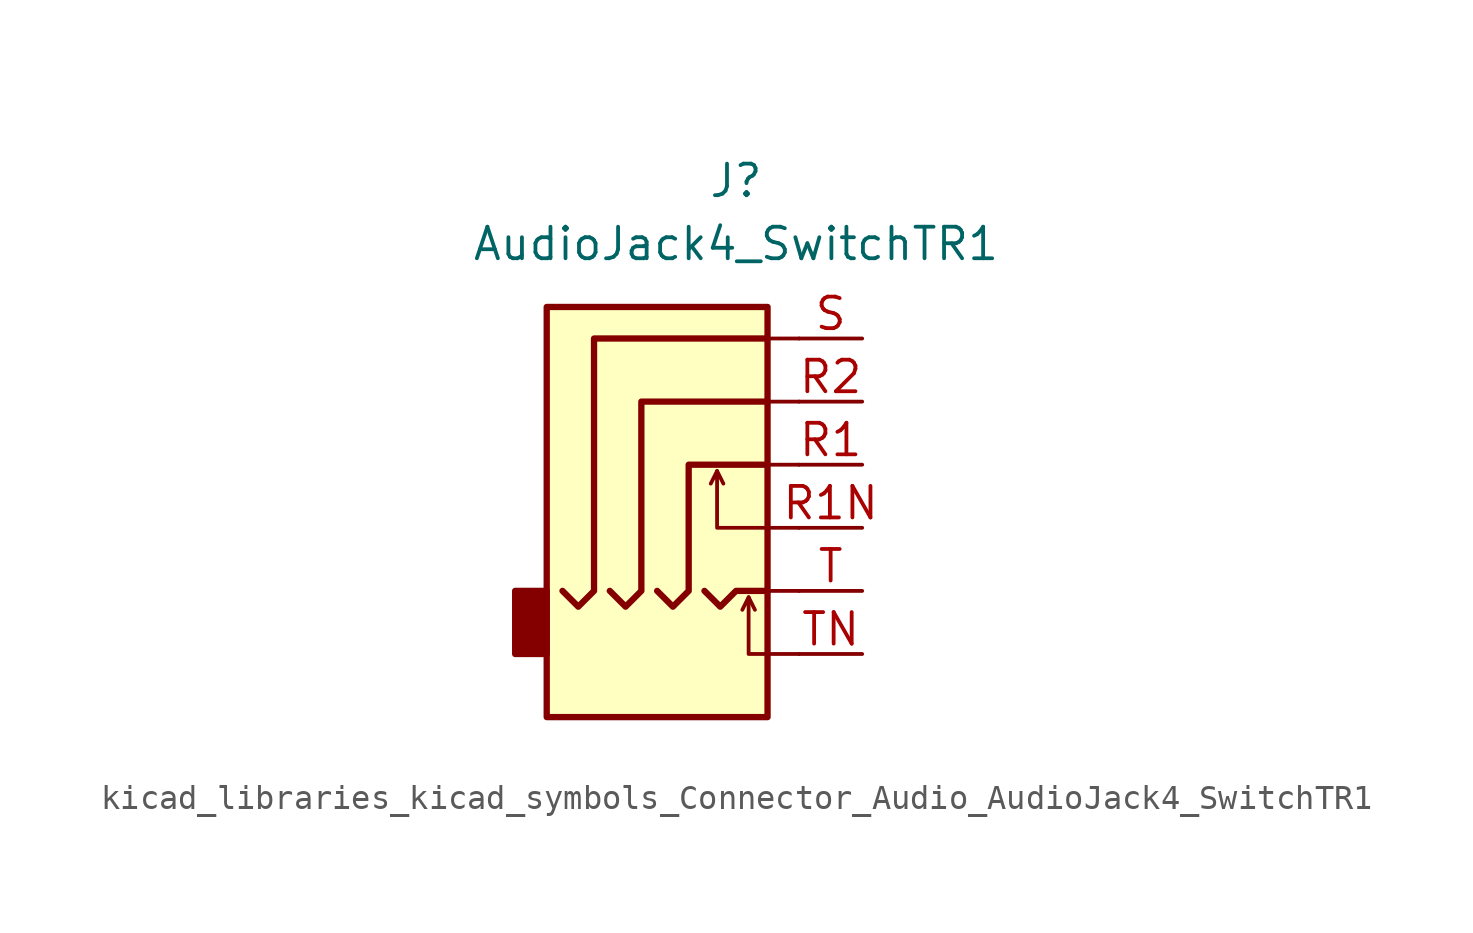
<source format=kicad_sym>
(kicad_symbol_lib
  (version 20220914)
  (generator kicad_symbol_editor)
  (symbol "kicad_libraries_kicad_symbols_Connector_Audio_AudioJack4_SwitchTR1"
    (property "Reference" "J"
      (at 0 11.43 0)
      (effects (font (size 1.27 1.27))))
    (property "Value" "AudioJack4_SwitchTR1"
      (at 0 8.89 0)
      (effects (font (size 1.27 1.27))))
    (symbol "kicad_libraries_kicad_symbols_Connector_Audio_AudioJack4_SwitchTR1_0_1"
      (rectangle (start -7.62 -5.08) (end -8.89 -7.62) (stroke (width 0.254) (type default)) (fill (type outline)))
      (polyline (pts (xy 1.27 -5.08) (xy 2.54 -5.08)) (stroke (width 0) (type default)) (fill (type none)))
      (polyline (pts (xy 1.27 2.54) (xy 2.54 2.54)) (stroke (width 0) (type default)) (fill (type none)))
      (polyline (pts (xy 2.54 0) (xy 1.27 0)) (stroke (width 0) (type default)) (fill (type none)))
      (polyline (pts (xy 2.54 5.08) (xy 1.27 5.08)) (stroke (width 0) (type default)) (fill (type none)))
      (rectangle (start 1.27 6.35) (end -7.62 -10.16) (stroke (width 0.254) (type default)) (fill (type background))))
    (symbol "kicad_libraries_kicad_symbols_Connector_Audio_AudioJack4_SwitchTR1_1_1"
      (polyline (pts (xy -0.762 -0.254) (xy -0.508 -0.762)) (stroke (width 0) (type default)) (fill (type none)))
      (polyline (pts (xy 0.508 -5.334) (xy 0.762 -5.842)) (stroke (width 0) (type default)) (fill (type none)))
      (polyline (pts (xy -1.27 -5.08) (xy -0.635 -5.715) (xy 0 -5.08) (xy 1.27 -5.08)) (stroke (width 0.254) (type default)) (fill (type none)))
      (polyline (pts (xy 2.54 -7.62) (xy 0.508 -7.62) (xy 0.508 -5.334) (xy 0.254 -5.842)) (stroke (width 0) (type default)) (fill (type none)))
      (polyline (pts (xy 2.54 -2.54) (xy -0.762 -2.54) (xy -0.762 -0.254) (xy -1.016 -0.762)) (stroke (width 0) (type default)) (fill (type none)))
      (polyline (pts (xy -3.175 -5.08) (xy -2.54 -5.715) (xy -1.905 -5.08) (xy -1.905 0) (xy 1.27 0)) (stroke (width 0.254) (type default)) (fill (type none)))
      (polyline (pts (xy 1.27 2.54) (xy -3.81 2.54) (xy -3.81 -5.08) (xy -4.445 -5.715) (xy -5.08 -5.08)) (stroke (width 0.254) (type default)) (fill (type none)))
      (polyline (pts (xy 1.27 5.08) (xy -5.715 5.08) (xy -5.715 -5.08) (xy -6.35 -5.715) (xy -6.985 -5.08)) (stroke (width 0.254) (type default)) (fill (type none)))
      (pin passive line (at 5.08 0 180) (length 2.54) (name "~" (effects (font (size 1.27 1.27)))) (number "R1" (effects (font (size 1.27 1.27)))))
      (pin passive line (at 5.08 -2.54 180) (length 2.54) (name "~" (effects (font (size 1.27 1.27)))) (number "R1N" (effects (font (size 1.27 1.27)))))
      (pin passive line (at 5.08 2.54 180) (length 2.54) (name "~" (effects (font (size 1.27 1.27)))) (number "R2" (effects (font (size 1.27 1.27)))))
      (pin passive line (at 5.08 5.08 180) (length 2.54) (name "~" (effects (font (size 1.27 1.27)))) (number "S" (effects (font (size 1.27 1.27)))))
      (pin passive line (at 5.08 -5.08 180) (length 2.54) (name "~" (effects (font (size 1.27 1.27)))) (number "T" (effects (font (size 1.27 1.27)))))
      (pin passive line (at 5.08 -7.62 180) (length 2.54) (name "~" (effects (font (size 1.27 1.27)))) (number "TN" (effects (font (size 1.27 1.27))))))))
</source>
